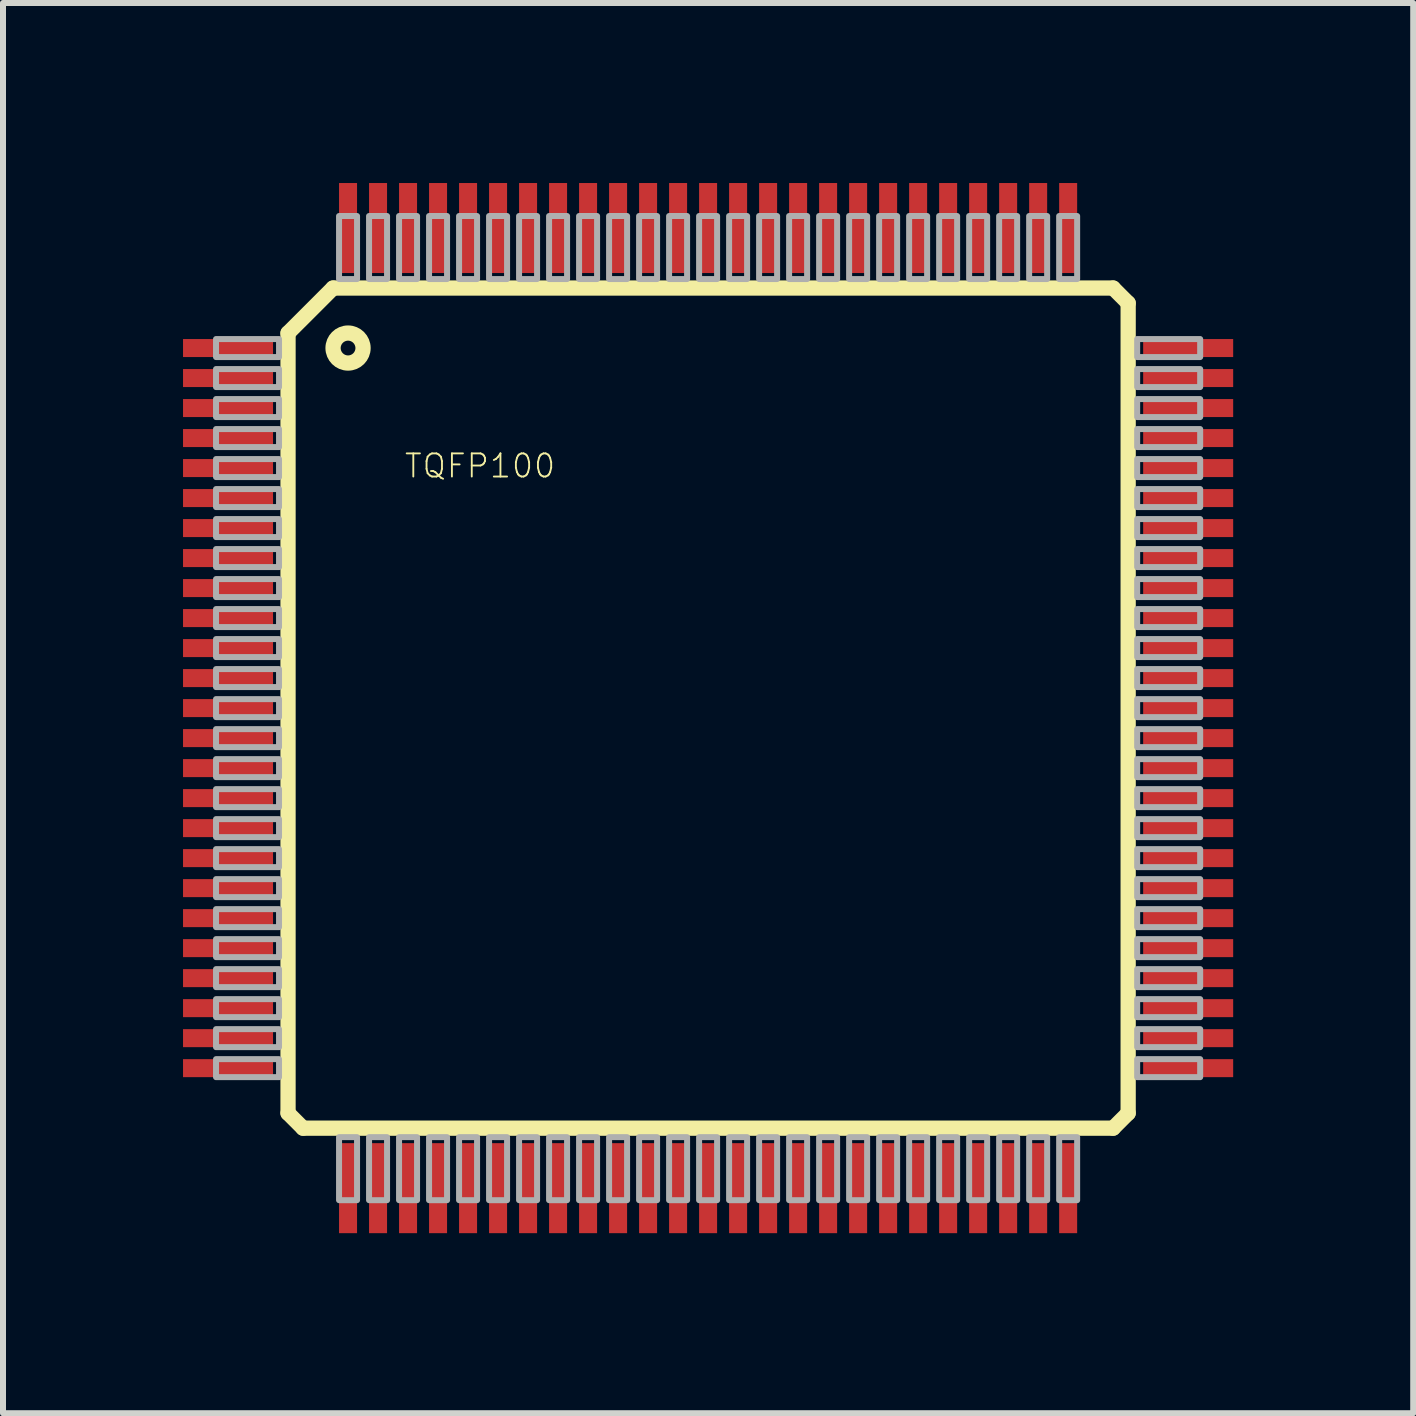
<source format=kicad_pcb>
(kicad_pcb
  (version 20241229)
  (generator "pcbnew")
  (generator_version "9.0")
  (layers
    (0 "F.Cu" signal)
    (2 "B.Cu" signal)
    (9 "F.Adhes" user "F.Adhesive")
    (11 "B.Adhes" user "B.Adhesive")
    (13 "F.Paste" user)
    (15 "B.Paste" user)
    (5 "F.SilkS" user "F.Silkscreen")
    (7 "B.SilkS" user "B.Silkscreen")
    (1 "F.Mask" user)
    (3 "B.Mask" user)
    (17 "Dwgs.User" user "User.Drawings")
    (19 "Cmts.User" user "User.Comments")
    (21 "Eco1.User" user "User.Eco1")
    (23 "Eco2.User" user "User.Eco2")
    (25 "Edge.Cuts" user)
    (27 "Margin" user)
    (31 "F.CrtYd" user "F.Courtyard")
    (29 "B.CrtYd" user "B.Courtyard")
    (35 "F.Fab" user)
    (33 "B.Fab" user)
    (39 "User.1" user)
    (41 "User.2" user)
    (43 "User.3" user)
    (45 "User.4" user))
  (footprint "TQFP100"
    (layer "F.Cu")
    (at 8.75 8.75)
    (property "Reference" "TQFP100" (at -5.08 -3.81 180) (layer "F.SilkS") (effects (font (size 0.386 0.386) (thickness 0.031)) (justify left bottom)))
    (attr through_hole)
    (fp_line (start -7 -6.25) (end -6.25 -7) (stroke (width 0.254) (type solid)) (layer "F.SilkS"))
    (fp_line (start -7 6.75) (end -7 -6.25) (stroke (width 0.254) (type solid)) (layer "F.SilkS"))
    (fp_line (start -6.75 7) (end -7 6.75) (stroke (width 0.254) (type solid)) (layer "F.SilkS"))
    (fp_line (start -6.25 -7) (end 6.75 -7) (stroke (width 0.254) (type solid)) (layer "F.SilkS"))
    (fp_line (start 6.75 -7) (end 7 -6.75) (stroke (width 0.254) (type solid)) (layer "F.SilkS"))
    (fp_line (start 6.75 7) (end -6.75 7) (stroke (width 0.254) (type solid)) (layer "F.SilkS"))
    (fp_line (start 7 -6.75) (end 7 6.75) (stroke (width 0.254) (type solid)) (layer "F.SilkS"))
    (fp_line (start 7 6.75) (end 6.75 7) (stroke (width 0.254) (type solid)) (layer "F.SilkS"))
    (fp_circle (center -6 -6) (end -5.75 -6) (stroke (width 0.254) (type solid)) (fill no) (layer "F.SilkS"))
    (fp_poly (pts (xy -8.2 -5.85) (xy -7.15 -5.85) (xy -7.15 -6.15) (xy -8.2 -6.15)) (stroke (width 0.1) (type solid)) (fill no) (layer "F.Fab"))
    (fp_poly (pts (xy -8.2 -5.35) (xy -7.15 -5.35) (xy -7.15 -5.65) (xy -8.2 -5.65)) (stroke (width 0.1) (type solid)) (fill no) (layer "F.Fab"))
    (fp_poly (pts (xy -8.2 -4.85) (xy -7.15 -4.85) (xy -7.15 -5.15) (xy -8.2 -5.15)) (stroke (width 0.1) (type solid)) (fill no) (layer "F.Fab"))
    (fp_poly (pts (xy -8.2 -4.35) (xy -7.15 -4.35) (xy -7.15 -4.65) (xy -8.2 -4.65)) (stroke (width 0.1) (type solid)) (fill no) (layer "F.Fab"))
    (fp_poly (pts (xy -8.2 -3.85) (xy -7.15 -3.85) (xy -7.15 -4.15) (xy -8.2 -4.15)) (stroke (width 0.1) (type solid)) (fill no) (layer "F.Fab"))
    (fp_poly (pts (xy -8.2 -3.35) (xy -7.15 -3.35) (xy -7.15 -3.65) (xy -8.2 -3.65)) (stroke (width 0.1) (type solid)) (fill no) (layer "F.Fab"))
    (fp_poly (pts (xy -8.2 -2.85) (xy -7.15 -2.85) (xy -7.15 -3.15) (xy -8.2 -3.15)) (stroke (width 0.1) (type solid)) (fill no) (layer "F.Fab"))
    (fp_poly (pts (xy -8.2 -2.35) (xy -7.15 -2.35) (xy -7.15 -2.65) (xy -8.2 -2.65)) (stroke (width 0.1) (type solid)) (fill no) (layer "F.Fab"))
    (fp_poly (pts (xy -8.2 -1.85) (xy -7.15 -1.85) (xy -7.15 -2.15) (xy -8.2 -2.15)) (stroke (width 0.1) (type solid)) (fill no) (layer "F.Fab"))
    (fp_poly (pts (xy -8.2 -1.35) (xy -7.15 -1.35) (xy -7.15 -1.65) (xy -8.2 -1.65)) (stroke (width 0.1) (type solid)) (fill no) (layer "F.Fab"))
    (fp_poly (pts (xy -8.2 -0.85) (xy -7.15 -0.85) (xy -7.15 -1.15) (xy -8.2 -1.15)) (stroke (width 0.1) (type solid)) (fill no) (layer "F.Fab"))
    (fp_poly (pts (xy -8.2 -0.35) (xy -7.15 -0.35) (xy -7.15 -0.65) (xy -8.2 -0.65)) (stroke (width 0.1) (type solid)) (fill no) (layer "F.Fab"))
    (fp_poly (pts (xy -8.2 0.15) (xy -7.15 0.15) (xy -7.15 -0.15) (xy -8.2 -0.15)) (stroke (width 0.1) (type solid)) (fill no) (layer "F.Fab"))
    (fp_poly (pts (xy -8.2 0.65) (xy -7.15 0.65) (xy -7.15 0.35) (xy -8.2 0.35)) (stroke (width 0.1) (type solid)) (fill no) (layer "F.Fab"))
    (fp_poly (pts (xy -8.2 1.15) (xy -7.15 1.15) (xy -7.15 0.85) (xy -8.2 0.85)) (stroke (width 0.1) (type solid)) (fill no) (layer "F.Fab"))
    (fp_poly (pts (xy -8.2 1.65) (xy -7.15 1.65) (xy -7.15 1.35) (xy -8.2 1.35)) (stroke (width 0.1) (type solid)) (fill no) (layer "F.Fab"))
    (fp_poly (pts (xy -8.2 2.15) (xy -7.15 2.15) (xy -7.15 1.85) (xy -8.2 1.85)) (stroke (width 0.1) (type solid)) (fill no) (layer "F.Fab"))
    (fp_poly (pts (xy -8.2 2.65) (xy -7.15 2.65) (xy -7.15 2.35) (xy -8.2 2.35)) (stroke (width 0.1) (type solid)) (fill no) (layer "F.Fab"))
    (fp_poly (pts (xy -8.2 3.15) (xy -7.15 3.15) (xy -7.15 2.85) (xy -8.2 2.85)) (stroke (width 0.1) (type solid)) (fill no) (layer "F.Fab"))
    (fp_poly (pts (xy -8.2 3.65) (xy -7.15 3.65) (xy -7.15 3.35) (xy -8.2 3.35)) (stroke (width 0.1) (type solid)) (fill no) (layer "F.Fab"))
    (fp_poly (pts (xy -8.2 4.15) (xy -7.15 4.15) (xy -7.15 3.85) (xy -8.2 3.85)) (stroke (width 0.1) (type solid)) (fill no) (layer "F.Fab"))
    (fp_poly (pts (xy -8.2 4.65) (xy -7.15 4.65) (xy -7.15 4.35) (xy -8.2 4.35)) (stroke (width 0.1) (type solid)) (fill no) (layer "F.Fab"))
    (fp_poly (pts (xy -8.2 5.15) (xy -7.15 5.15) (xy -7.15 4.85) (xy -8.2 4.85)) (stroke (width 0.1) (type solid)) (fill no) (layer "F.Fab"))
    (fp_poly (pts (xy -8.2 5.65) (xy -7.15 5.65) (xy -7.15 5.35) (xy -8.2 5.35)) (stroke (width 0.1) (type solid)) (fill no) (layer "F.Fab"))
    (fp_poly (pts (xy -8.2 6.15) (xy -7.15 6.15) (xy -7.15 5.85) (xy -8.2 5.85)) (stroke (width 0.1) (type solid)) (fill no) (layer "F.Fab"))
    (fp_poly (pts (xy -6.15 -7.15) (xy -5.85 -7.15) (xy -5.85 -8.2) (xy -6.15 -8.2)) (stroke (width 0.1) (type solid)) (fill no) (layer "F.Fab"))
    (fp_poly (pts (xy -6.15 8.2) (xy -5.85 8.2) (xy -5.85 7.15) (xy -6.15 7.15)) (stroke (width 0.1) (type solid)) (fill no) (layer "F.Fab"))
    (fp_poly (pts (xy -5.65 -7.15) (xy -5.35 -7.15) (xy -5.35 -8.2) (xy -5.65 -8.2)) (stroke (width 0.1) (type solid)) (fill no) (layer "F.Fab"))
    (fp_poly (pts (xy -5.65 8.2) (xy -5.35 8.2) (xy -5.35 7.15) (xy -5.65 7.15)) (stroke (width 0.1) (type solid)) (fill no) (layer "F.Fab"))
    (fp_poly (pts (xy -5.15 -7.15) (xy -4.85 -7.15) (xy -4.85 -8.2) (xy -5.15 -8.2)) (stroke (width 0.1) (type solid)) (fill no) (layer "F.Fab"))
    (fp_poly (pts (xy -5.15 8.2) (xy -4.85 8.2) (xy -4.85 7.15) (xy -5.15 7.15)) (stroke (width 0.1) (type solid)) (fill no) (layer "F.Fab"))
    (fp_poly (pts (xy -4.65 -7.15) (xy -4.35 -7.15) (xy -4.35 -8.2) (xy -4.65 -8.2)) (stroke (width 0.1) (type solid)) (fill no) (layer "F.Fab"))
    (fp_poly (pts (xy -4.65 8.2) (xy -4.35 8.2) (xy -4.35 7.15) (xy -4.65 7.15)) (stroke (width 0.1) (type solid)) (fill no) (layer "F.Fab"))
    (fp_poly (pts (xy -4.15 -7.15) (xy -3.85 -7.15) (xy -3.85 -8.2) (xy -4.15 -8.2)) (stroke (width 0.1) (type solid)) (fill no) (layer "F.Fab"))
    (fp_poly (pts (xy -4.15 8.2) (xy -3.85 8.2) (xy -3.85 7.15) (xy -4.15 7.15)) (stroke (width 0.1) (type solid)) (fill no) (layer "F.Fab"))
    (fp_poly (pts (xy -3.65 -7.15) (xy -3.35 -7.15) (xy -3.35 -8.2) (xy -3.65 -8.2)) (stroke (width 0.1) (type solid)) (fill no) (layer "F.Fab"))
    (fp_poly (pts (xy -3.65 8.2) (xy -3.35 8.2) (xy -3.35 7.15) (xy -3.65 7.15)) (stroke (width 0.1) (type solid)) (fill no) (layer "F.Fab"))
    (fp_poly (pts (xy -3.15 -7.15) (xy -2.85 -7.15) (xy -2.85 -8.2) (xy -3.15 -8.2)) (stroke (width 0.1) (type solid)) (fill no) (layer "F.Fab"))
    (fp_poly (pts (xy -3.15 8.2) (xy -2.85 8.2) (xy -2.85 7.15) (xy -3.15 7.15)) (stroke (width 0.1) (type solid)) (fill no) (layer "F.Fab"))
    (fp_poly (pts (xy -2.65 -7.15) (xy -2.35 -7.15) (xy -2.35 -8.2) (xy -2.65 -8.2)) (stroke (width 0.1) (type solid)) (fill no) (layer "F.Fab"))
    (fp_poly (pts (xy -2.65 8.2) (xy -2.35 8.2) (xy -2.35 7.15) (xy -2.65 7.15)) (stroke (width 0.1) (type solid)) (fill no) (layer "F.Fab"))
    (fp_poly (pts (xy -2.15 -7.15) (xy -1.85 -7.15) (xy -1.85 -8.2) (xy -2.15 -8.2)) (stroke (width 0.1) (type solid)) (fill no) (layer "F.Fab"))
    (fp_poly (pts (xy -2.15 8.2) (xy -1.85 8.2) (xy -1.85 7.15) (xy -2.15 7.15)) (stroke (width 0.1) (type solid)) (fill no) (layer "F.Fab"))
    (fp_poly (pts (xy -1.65 -7.15) (xy -1.35 -7.15) (xy -1.35 -8.2) (xy -1.65 -8.2)) (stroke (width 0.1) (type solid)) (fill no) (layer "F.Fab"))
    (fp_poly (pts (xy -1.65 8.2) (xy -1.35 8.2) (xy -1.35 7.15) (xy -1.65 7.15)) (stroke (width 0.1) (type solid)) (fill no) (layer "F.Fab"))
    (fp_poly (pts (xy -1.15 -7.15) (xy -0.85 -7.15) (xy -0.85 -8.2) (xy -1.15 -8.2)) (stroke (width 0.1) (type solid)) (fill no) (layer "F.Fab"))
    (fp_poly (pts (xy -1.15 8.2) (xy -0.85 8.2) (xy -0.85 7.15) (xy -1.15 7.15)) (stroke (width 0.1) (type solid)) (fill no) (layer "F.Fab"))
    (fp_poly (pts (xy -0.65 -7.15) (xy -0.35 -7.15) (xy -0.35 -8.2) (xy -0.65 -8.2)) (stroke (width 0.1) (type solid)) (fill no) (layer "F.Fab"))
    (fp_poly (pts (xy -0.65 8.2) (xy -0.35 8.2) (xy -0.35 7.15) (xy -0.65 7.15)) (stroke (width 0.1) (type solid)) (fill no) (layer "F.Fab"))
    (fp_poly (pts (xy -0.15 -7.15) (xy 0.15 -7.15) (xy 0.15 -8.2) (xy -0.15 -8.2)) (stroke (width 0.1) (type solid)) (fill no) (layer "F.Fab"))
    (fp_poly (pts (xy -0.15 8.2) (xy 0.15 8.2) (xy 0.15 7.15) (xy -0.15 7.15)) (stroke (width 0.1) (type solid)) (fill no) (layer "F.Fab"))
    (fp_poly (pts (xy 0.35 -7.15) (xy 0.65 -7.15) (xy 0.65 -8.2) (xy 0.35 -8.2)) (stroke (width 0.1) (type solid)) (fill no) (layer "F.Fab"))
    (fp_poly (pts (xy 0.35 8.2) (xy 0.65 8.2) (xy 0.65 7.15) (xy 0.35 7.15)) (stroke (width 0.1) (type solid)) (fill no) (layer "F.Fab"))
    (fp_poly (pts (xy 0.85 -7.15) (xy 1.15 -7.15) (xy 1.15 -8.2) (xy 0.85 -8.2)) (stroke (width 0.1) (type solid)) (fill no) (layer "F.Fab"))
    (fp_poly (pts (xy 0.85 8.2) (xy 1.15 8.2) (xy 1.15 7.15) (xy 0.85 7.15)) (stroke (width 0.1) (type solid)) (fill no) (layer "F.Fab"))
    (fp_poly (pts (xy 1.35 -7.15) (xy 1.65 -7.15) (xy 1.65 -8.2) (xy 1.35 -8.2)) (stroke (width 0.1) (type solid)) (fill no) (layer "F.Fab"))
    (fp_poly (pts (xy 1.35 8.2) (xy 1.65 8.2) (xy 1.65 7.15) (xy 1.35 7.15)) (stroke (width 0.1) (type solid)) (fill no) (layer "F.Fab"))
    (fp_poly (pts (xy 1.85 -7.15) (xy 2.15 -7.15) (xy 2.15 -8.2) (xy 1.85 -8.2)) (stroke (width 0.1) (type solid)) (fill no) (layer "F.Fab"))
    (fp_poly (pts (xy 1.85 8.2) (xy 2.15 8.2) (xy 2.15 7.15) (xy 1.85 7.15)) (stroke (width 0.1) (type solid)) (fill no) (layer "F.Fab"))
    (fp_poly (pts (xy 2.35 -7.15) (xy 2.65 -7.15) (xy 2.65 -8.2) (xy 2.35 -8.2)) (stroke (width 0.1) (type solid)) (fill no) (layer "F.Fab"))
    (fp_poly (pts (xy 2.35 8.2) (xy 2.65 8.2) (xy 2.65 7.15) (xy 2.35 7.15)) (stroke (width 0.1) (type solid)) (fill no) (layer "F.Fab"))
    (fp_poly (pts (xy 2.85 -7.15) (xy 3.15 -7.15) (xy 3.15 -8.2) (xy 2.85 -8.2)) (stroke (width 0.1) (type solid)) (fill no) (layer "F.Fab"))
    (fp_poly (pts (xy 2.85 8.2) (xy 3.15 8.2) (xy 3.15 7.15) (xy 2.85 7.15)) (stroke (width 0.1) (type solid)) (fill no) (layer "F.Fab"))
    (fp_poly (pts (xy 3.35 -7.15) (xy 3.65 -7.15) (xy 3.65 -8.2) (xy 3.35 -8.2)) (stroke (width 0.1) (type solid)) (fill no) (layer "F.Fab"))
    (fp_poly (pts (xy 3.35 8.2) (xy 3.65 8.2) (xy 3.65 7.15) (xy 3.35 7.15)) (stroke (width 0.1) (type solid)) (fill no) (layer "F.Fab"))
    (fp_poly (pts (xy 3.85 -7.15) (xy 4.15 -7.15) (xy 4.15 -8.2) (xy 3.85 -8.2)) (stroke (width 0.1) (type solid)) (fill no) (layer "F.Fab"))
    (fp_poly (pts (xy 3.85 8.2) (xy 4.15 8.2) (xy 4.15 7.15) (xy 3.85 7.15)) (stroke (width 0.1) (type solid)) (fill no) (layer "F.Fab"))
    (fp_poly (pts (xy 4.35 -7.15) (xy 4.65 -7.15) (xy 4.65 -8.2) (xy 4.35 -8.2)) (stroke (width 0.1) (type solid)) (fill no) (layer "F.Fab"))
    (fp_poly (pts (xy 4.35 8.2) (xy 4.65 8.2) (xy 4.65 7.15) (xy 4.35 7.15)) (stroke (width 0.1) (type solid)) (fill no) (layer "F.Fab"))
    (fp_poly (pts (xy 4.85 -7.15) (xy 5.15 -7.15) (xy 5.15 -8.2) (xy 4.85 -8.2)) (stroke (width 0.1) (type solid)) (fill no) (layer "F.Fab"))
    (fp_poly (pts (xy 4.85 8.2) (xy 5.15 8.2) (xy 5.15 7.15) (xy 4.85 7.15)) (stroke (width 0.1) (type solid)) (fill no) (layer "F.Fab"))
    (fp_poly (pts (xy 5.35 -7.15) (xy 5.65 -7.15) (xy 5.65 -8.2) (xy 5.35 -8.2)) (stroke (width 0.1) (type solid)) (fill no) (layer "F.Fab"))
    (fp_poly (pts (xy 5.35 8.2) (xy 5.65 8.2) (xy 5.65 7.15) (xy 5.35 7.15)) (stroke (width 0.1) (type solid)) (fill no) (layer "F.Fab"))
    (fp_poly (pts (xy 5.85 -7.15) (xy 6.15 -7.15) (xy 6.15 -8.2) (xy 5.85 -8.2)) (stroke (width 0.1) (type solid)) (fill no) (layer "F.Fab"))
    (fp_poly (pts (xy 5.85 8.2) (xy 6.15 8.2) (xy 6.15 7.15) (xy 5.85 7.15)) (stroke (width 0.1) (type solid)) (fill no) (layer "F.Fab"))
    (fp_poly (pts (xy 7.15 -5.85) (xy 8.2 -5.85) (xy 8.2 -6.15) (xy 7.15 -6.15)) (stroke (width 0.1) (type solid)) (fill no) (layer "F.Fab"))
    (fp_poly (pts (xy 7.15 -5.35) (xy 8.2 -5.35) (xy 8.2 -5.65) (xy 7.15 -5.65)) (stroke (width 0.1) (type solid)) (fill no) (layer "F.Fab"))
    (fp_poly (pts (xy 7.15 -4.85) (xy 8.2 -4.85) (xy 8.2 -5.15) (xy 7.15 -5.15)) (stroke (width 0.1) (type solid)) (fill no) (layer "F.Fab"))
    (fp_poly (pts (xy 7.15 -4.35) (xy 8.2 -4.35) (xy 8.2 -4.65) (xy 7.15 -4.65)) (stroke (width 0.1) (type solid)) (fill no) (layer "F.Fab"))
    (fp_poly (pts (xy 7.15 -3.85) (xy 8.2 -3.85) (xy 8.2 -4.15) (xy 7.15 -4.15)) (stroke (width 0.1) (type solid)) (fill no) (layer "F.Fab"))
    (fp_poly (pts (xy 7.15 -3.35) (xy 8.2 -3.35) (xy 8.2 -3.65) (xy 7.15 -3.65)) (stroke (width 0.1) (type solid)) (fill no) (layer "F.Fab"))
    (fp_poly (pts (xy 7.15 -2.85) (xy 8.2 -2.85) (xy 8.2 -3.15) (xy 7.15 -3.15)) (stroke (width 0.1) (type solid)) (fill no) (layer "F.Fab"))
    (fp_poly (pts (xy 7.15 -2.35) (xy 8.2 -2.35) (xy 8.2 -2.65) (xy 7.15 -2.65)) (stroke (width 0.1) (type solid)) (fill no) (layer "F.Fab"))
    (fp_poly (pts (xy 7.15 -1.85) (xy 8.2 -1.85) (xy 8.2 -2.15) (xy 7.15 -2.15)) (stroke (width 0.1) (type solid)) (fill no) (layer "F.Fab"))
    (fp_poly (pts (xy 7.15 -1.35) (xy 8.2 -1.35) (xy 8.2 -1.65) (xy 7.15 -1.65)) (stroke (width 0.1) (type solid)) (fill no) (layer "F.Fab"))
    (fp_poly (pts (xy 7.15 -0.85) (xy 8.2 -0.85) (xy 8.2 -1.15) (xy 7.15 -1.15)) (stroke (width 0.1) (type solid)) (fill no) (layer "F.Fab"))
    (fp_poly (pts (xy 7.15 -0.35) (xy 8.2 -0.35) (xy 8.2 -0.65) (xy 7.15 -0.65)) (stroke (width 0.1) (type solid)) (fill no) (layer "F.Fab"))
    (fp_poly (pts (xy 7.15 0.15) (xy 8.2 0.15) (xy 8.2 -0.15) (xy 7.15 -0.15)) (stroke (width 0.1) (type solid)) (fill no) (layer "F.Fab"))
    (fp_poly (pts (xy 7.15 0.65) (xy 8.2 0.65) (xy 8.2 0.35) (xy 7.15 0.35)) (stroke (width 0.1) (type solid)) (fill no) (layer "F.Fab"))
    (fp_poly (pts (xy 7.15 1.15) (xy 8.2 1.15) (xy 8.2 0.85) (xy 7.15 0.85)) (stroke (width 0.1) (type solid)) (fill no) (layer "F.Fab"))
    (fp_poly (pts (xy 7.15 1.65) (xy 8.2 1.65) (xy 8.2 1.35) (xy 7.15 1.35)) (stroke (width 0.1) (type solid)) (fill no) (layer "F.Fab"))
    (fp_poly (pts (xy 7.15 2.15) (xy 8.2 2.15) (xy 8.2 1.85) (xy 7.15 1.85)) (stroke (width 0.1) (type solid)) (fill no) (layer "F.Fab"))
    (fp_poly (pts (xy 7.15 2.65) (xy 8.2 2.65) (xy 8.2 2.35) (xy 7.15 2.35)) (stroke (width 0.1) (type solid)) (fill no) (layer "F.Fab"))
    (fp_poly (pts (xy 7.15 3.15) (xy 8.2 3.15) (xy 8.2 2.85) (xy 7.15 2.85)) (stroke (width 0.1) (type solid)) (fill no) (layer "F.Fab"))
    (fp_poly (pts (xy 7.15 3.65) (xy 8.2 3.65) (xy 8.2 3.35) (xy 7.15 3.35)) (stroke (width 0.1) (type solid)) (fill no) (layer "F.Fab"))
    (fp_poly (pts (xy 7.15 4.15) (xy 8.2 4.15) (xy 8.2 3.85) (xy 7.15 3.85)) (stroke (width 0.1) (type solid)) (fill no) (layer "F.Fab"))
    (fp_poly (pts (xy 7.15 4.65) (xy 8.2 4.65) (xy 8.2 4.35) (xy 7.15 4.35)) (stroke (width 0.1) (type solid)) (fill no) (layer "F.Fab"))
    (fp_poly (pts (xy 7.15 5.15) (xy 8.2 5.15) (xy 8.2 4.85) (xy 7.15 4.85)) (stroke (width 0.1) (type solid)) (fill no) (layer "F.Fab"))
    (fp_poly (pts (xy 7.15 5.65) (xy 8.2 5.65) (xy 8.2 5.35) (xy 7.15 5.35)) (stroke (width 0.1) (type solid)) (fill no) (layer "F.Fab"))
    (fp_poly (pts (xy 7.15 6.15) (xy 8.2 6.15) (xy 8.2 5.85) (xy 7.15 5.85)) (stroke (width 0.1) (type solid)) (fill no) (layer "F.Fab"))
    (pad "1" smd rect (at -8 -6) (size 1.5 0.3) (layers "F.Cu" "F.Mask" "F.Paste"))
    (pad "2" smd rect (at -8 -5.5) (size 1.5 0.3) (layers "F.Cu" "F.Mask" "F.Paste"))
    (pad "3" smd rect (at -8 -5) (size 1.5 0.3) (layers "F.Cu" "F.Mask" "F.Paste"))
    (pad "4" smd rect (at -8 -4.5) (size 1.5 0.3) (layers "F.Cu" "F.Mask" "F.Paste"))
    (pad "5" smd rect (at -8 -4) (size 1.5 0.3) (layers "F.Cu" "F.Mask" "F.Paste"))
    (pad "6" smd rect (at -8 -3.5) (size 1.5 0.3) (layers "F.Cu" "F.Mask" "F.Paste"))
    (pad "7" smd rect (at -8 -3) (size 1.5 0.3) (layers "F.Cu" "F.Mask" "F.Paste"))
    (pad "8" smd rect (at -8 -2.5) (size 1.5 0.3) (layers "F.Cu" "F.Mask" "F.Paste"))
    (pad "9" smd rect (at -8 -2) (size 1.5 0.3) (layers "F.Cu" "F.Mask" "F.Paste"))
    (pad "10" smd rect (at -8 -1.5) (size 1.5 0.3) (layers "F.Cu" "F.Mask" "F.Paste"))
    (pad "11" smd rect (at -8 -1) (size 1.5 0.3) (layers "F.Cu" "F.Mask" "F.Paste"))
    (pad "12" smd rect (at -8 -0.5) (size 1.5 0.3) (layers "F.Cu" "F.Mask" "F.Paste"))
    (pad "13" smd rect (at -8 0) (size 1.5 0.3) (layers "F.Cu" "F.Mask" "F.Paste"))
    (pad "14" smd rect (at -8 0.5) (size 1.5 0.3) (layers "F.Cu" "F.Mask" "F.Paste"))
    (pad "15" smd rect (at -8 1) (size 1.5 0.3) (layers "F.Cu" "F.Mask" "F.Paste"))
    (pad "16" smd rect (at -8 1.5) (size 1.5 0.3) (layers "F.Cu" "F.Mask" "F.Paste"))
    (pad "17" smd rect (at -8 2) (size 1.5 0.3) (layers "F.Cu" "F.Mask" "F.Paste"))
    (pad "18" smd rect (at -8 2.5) (size 1.5 0.3) (layers "F.Cu" "F.Mask" "F.Paste"))
    (pad "19" smd rect (at -8 3) (size 1.5 0.3) (layers "F.Cu" "F.Mask" "F.Paste"))
    (pad "20" smd rect (at -8 3.5) (size 1.5 0.3) (layers "F.Cu" "F.Mask" "F.Paste"))
    (pad "21" smd rect (at -8 4) (size 1.5 0.3) (layers "F.Cu" "F.Mask" "F.Paste"))
    (pad "22" smd rect (at -8 4.5) (size 1.5 0.3) (layers "F.Cu" "F.Mask" "F.Paste"))
    (pad "23" smd rect (at -8 5) (size 1.5 0.3) (layers "F.Cu" "F.Mask" "F.Paste"))
    (pad "24" smd rect (at -8 5.5) (size 1.5 0.3) (layers "F.Cu" "F.Mask" "F.Paste"))
    (pad "25" smd rect (at -8 6) (size 1.5 0.3) (layers "F.Cu" "F.Mask" "F.Paste"))
    (pad "26" smd rect (at -6 8) (size 0.3 1.5) (layers "F.Cu" "F.Mask" "F.Paste"))
    (pad "27" smd rect (at -5.5 8) (size 0.3 1.5) (layers "F.Cu" "F.Mask" "F.Paste"))
    (pad "28" smd rect (at -5 8) (size 0.3 1.5) (layers "F.Cu" "F.Mask" "F.Paste"))
    (pad "29" smd rect (at -4.5 8) (size 0.3 1.5) (layers "F.Cu" "F.Mask" "F.Paste"))
    (pad "30" smd rect (at -4 8) (size 0.3 1.5) (layers "F.Cu" "F.Mask" "F.Paste"))
    (pad "31" smd rect (at -3.5 8) (size 0.3 1.5) (layers "F.Cu" "F.Mask" "F.Paste"))
    (pad "32" smd rect (at -3 8) (size 0.3 1.5) (layers "F.Cu" "F.Mask" "F.Paste"))
    (pad "33" smd rect (at -2.5 8) (size 0.3 1.5) (layers "F.Cu" "F.Mask" "F.Paste"))
    (pad "34" smd rect (at -2 8) (size 0.3 1.5) (layers "F.Cu" "F.Mask" "F.Paste"))
    (pad "35" smd rect (at -1.5 8) (size 0.3 1.5) (layers "F.Cu" "F.Mask" "F.Paste"))
    (pad "36" smd rect (at -1 8) (size 0.3 1.5) (layers "F.Cu" "F.Mask" "F.Paste"))
    (pad "37" smd rect (at -0.5 8) (size 0.3 1.5) (layers "F.Cu" "F.Mask" "F.Paste"))
    (pad "38" smd rect (at 0 8) (size 0.3 1.5) (layers "F.Cu" "F.Mask" "F.Paste"))
    (pad "39" smd rect (at 0.5 8) (size 0.3 1.5) (layers "F.Cu" "F.Mask" "F.Paste"))
    (pad "40" smd rect (at 1 8) (size 0.3 1.5) (layers "F.Cu" "F.Mask" "F.Paste"))
    (pad "41" smd rect (at 1.5 8) (size 0.3 1.5) (layers "F.Cu" "F.Mask" "F.Paste"))
    (pad "42" smd rect (at 2 8) (size 0.3 1.5) (layers "F.Cu" "F.Mask" "F.Paste"))
    (pad "43" smd rect (at 2.5 8) (size 0.3 1.5) (layers "F.Cu" "F.Mask" "F.Paste"))
    (pad "44" smd rect (at 3 8) (size 0.3 1.5) (layers "F.Cu" "F.Mask" "F.Paste"))
    (pad "45" smd rect (at 3.5 8) (size 0.3 1.5) (layers "F.Cu" "F.Mask" "F.Paste"))
    (pad "46" smd rect (at 4 8) (size 0.3 1.5) (layers "F.Cu" "F.Mask" "F.Paste"))
    (pad "47" smd rect (at 4.5 8) (size 0.3 1.5) (layers "F.Cu" "F.Mask" "F.Paste"))
    (pad "48" smd rect (at 5 8) (size 0.3 1.5) (layers "F.Cu" "F.Mask" "F.Paste"))
    (pad "49" smd rect (at 5.5 8) (size 0.3 1.5) (layers "F.Cu" "F.Mask" "F.Paste"))
    (pad "50" smd rect (at 6 8) (size 0.3 1.5) (layers "F.Cu" "F.Mask" "F.Paste"))
    (pad "51" smd rect (at 8 6) (size 1.5 0.3) (layers "F.Cu" "F.Mask" "F.Paste"))
    (pad "52" smd rect (at 8 5.5) (size 1.5 0.3) (layers "F.Cu" "F.Mask" "F.Paste"))
    (pad "53" smd rect (at 8 5) (size 1.5 0.3) (layers "F.Cu" "F.Mask" "F.Paste"))
    (pad "54" smd rect (at 8 4.5) (size 1.5 0.3) (layers "F.Cu" "F.Mask" "F.Paste"))
    (pad "55" smd rect (at 8 4) (size 1.5 0.3) (layers "F.Cu" "F.Mask" "F.Paste"))
    (pad "56" smd rect (at 8 3.5) (size 1.5 0.3) (layers "F.Cu" "F.Mask" "F.Paste"))
    (pad "57" smd rect (at 8 3) (size 1.5 0.3) (layers "F.Cu" "F.Mask" "F.Paste"))
    (pad "58" smd rect (at 8 2.5) (size 1.5 0.3) (layers "F.Cu" "F.Mask" "F.Paste"))
    (pad "59" smd rect (at 8 2) (size 1.5 0.3) (layers "F.Cu" "F.Mask" "F.Paste"))
    (pad "60" smd rect (at 8 1.5) (size 1.5 0.3) (layers "F.Cu" "F.Mask" "F.Paste"))
    (pad "61" smd rect (at 8 1) (size 1.5 0.3) (layers "F.Cu" "F.Mask" "F.Paste"))
    (pad "62" smd rect (at 8 0.5) (size 1.5 0.3) (layers "F.Cu" "F.Mask" "F.Paste"))
    (pad "63" smd rect (at 8 0) (size 1.5 0.3) (layers "F.Cu" "F.Mask" "F.Paste"))
    (pad "64" smd rect (at 8 -0.5) (size 1.5 0.3) (layers "F.Cu" "F.Mask" "F.Paste"))
    (pad "65" smd rect (at 8 -1) (size 1.5 0.3) (layers "F.Cu" "F.Mask" "F.Paste"))
    (pad "66" smd rect (at 8 -1.5) (size 1.5 0.3) (layers "F.Cu" "F.Mask" "F.Paste"))
    (pad "67" smd rect (at 8 -2) (size 1.5 0.3) (layers "F.Cu" "F.Mask" "F.Paste"))
    (pad "68" smd rect (at 8 -2.5) (size 1.5 0.3) (layers "F.Cu" "F.Mask" "F.Paste"))
    (pad "69" smd rect (at 8 -3) (size 1.5 0.3) (layers "F.Cu" "F.Mask" "F.Paste"))
    (pad "70" smd rect (at 8 -3.5) (size 1.5 0.3) (layers "F.Cu" "F.Mask" "F.Paste"))
    (pad "71" smd rect (at 8 -4) (size 1.5 0.3) (layers "F.Cu" "F.Mask" "F.Paste"))
    (pad "72" smd rect (at 8 -4.5) (size 1.5 0.3) (layers "F.Cu" "F.Mask" "F.Paste"))
    (pad "73" smd rect (at 8 -5) (size 1.5 0.3) (layers "F.Cu" "F.Mask" "F.Paste"))
    (pad "74" smd rect (at 8 -5.5) (size 1.5 0.3) (layers "F.Cu" "F.Mask" "F.Paste"))
    (pad "75" smd rect (at 8 -6) (size 1.5 0.3) (layers "F.Cu" "F.Mask" "F.Paste"))
    (pad "76" smd rect (at 6 -8) (size 0.3 1.5) (layers "F.Cu" "F.Mask" "F.Paste"))
    (pad "77" smd rect (at 5.5 -8) (size 0.3 1.5) (layers "F.Cu" "F.Mask" "F.Paste"))
    (pad "78" smd rect (at 5 -8) (size 0.3 1.5) (layers "F.Cu" "F.Mask" "F.Paste"))
    (pad "79" smd rect (at 4.5 -8) (size 0.3 1.5) (layers "F.Cu" "F.Mask" "F.Paste"))
    (pad "80" smd rect (at 4 -8) (size 0.3 1.5) (layers "F.Cu" "F.Mask" "F.Paste"))
    (pad "81" smd rect (at 3.5 -8) (size 0.3 1.5) (layers "F.Cu" "F.Mask" "F.Paste"))
    (pad "82" smd rect (at 3 -8) (size 0.3 1.5) (layers "F.Cu" "F.Mask" "F.Paste"))
    (pad "83" smd rect (at 2.5 -8) (size 0.3 1.5) (layers "F.Cu" "F.Mask" "F.Paste"))
    (pad "84" smd rect (at 2 -8) (size 0.3 1.5) (layers "F.Cu" "F.Mask" "F.Paste"))
    (pad "85" smd rect (at 1.5 -8) (size 0.3 1.5) (layers "F.Cu" "F.Mask" "F.Paste"))
    (pad "86" smd rect (at 1 -8) (size 0.3 1.5) (layers "F.Cu" "F.Mask" "F.Paste"))
    (pad "87" smd rect (at 0.5 -8) (size 0.3 1.5) (layers "F.Cu" "F.Mask" "F.Paste"))
    (pad "88" smd rect (at 0 -8) (size 0.3 1.5) (layers "F.Cu" "F.Mask" "F.Paste"))
    (pad "89" smd rect (at -0.5 -8) (size 0.3 1.5) (layers "F.Cu" "F.Mask" "F.Paste"))
    (pad "90" smd rect (at -1 -8) (size 0.3 1.5) (layers "F.Cu" "F.Mask" "F.Paste"))
    (pad "91" smd rect (at -1.5 -8) (size 0.3 1.5) (layers "F.Cu" "F.Mask" "F.Paste"))
    (pad "92" smd rect (at -2 -8) (size 0.3 1.5) (layers "F.Cu" "F.Mask" "F.Paste"))
    (pad "93" smd rect (at -2.5 -8) (size 0.3 1.5) (layers "F.Cu" "F.Mask" "F.Paste"))
    (pad "94" smd rect (at -3 -8) (size 0.3 1.5) (layers "F.Cu" "F.Mask" "F.Paste"))
    (pad "95" smd rect (at -3.5 -8) (size 0.3 1.5) (layers "F.Cu" "F.Mask" "F.Paste"))
    (pad "96" smd rect (at -4 -8) (size 0.3 1.5) (layers "F.Cu" "F.Mask" "F.Paste"))
    (pad "97" smd rect (at -4.5 -8) (size 0.3 1.5) (layers "F.Cu" "F.Mask" "F.Paste"))
    (pad "98" smd rect (at -5 -8) (size 0.3 1.5) (layers "F.Cu" "F.Mask" "F.Paste"))
    (pad "99" smd rect (at -5.5 -8) (size 0.3 1.5) (layers "F.Cu" "F.Mask" "F.Paste"))
    (pad "100" smd rect (at -6 -8) (size 0.3 1.5) (layers "F.Cu" "F.Mask" "F.Paste")))
  (gr_rect
    (start -3 -3)
    (end 20.5 20.5)
    (stroke (width 0.1) (type default))
    (fill no)
    (layer "Edge.Cuts")))
</source>
